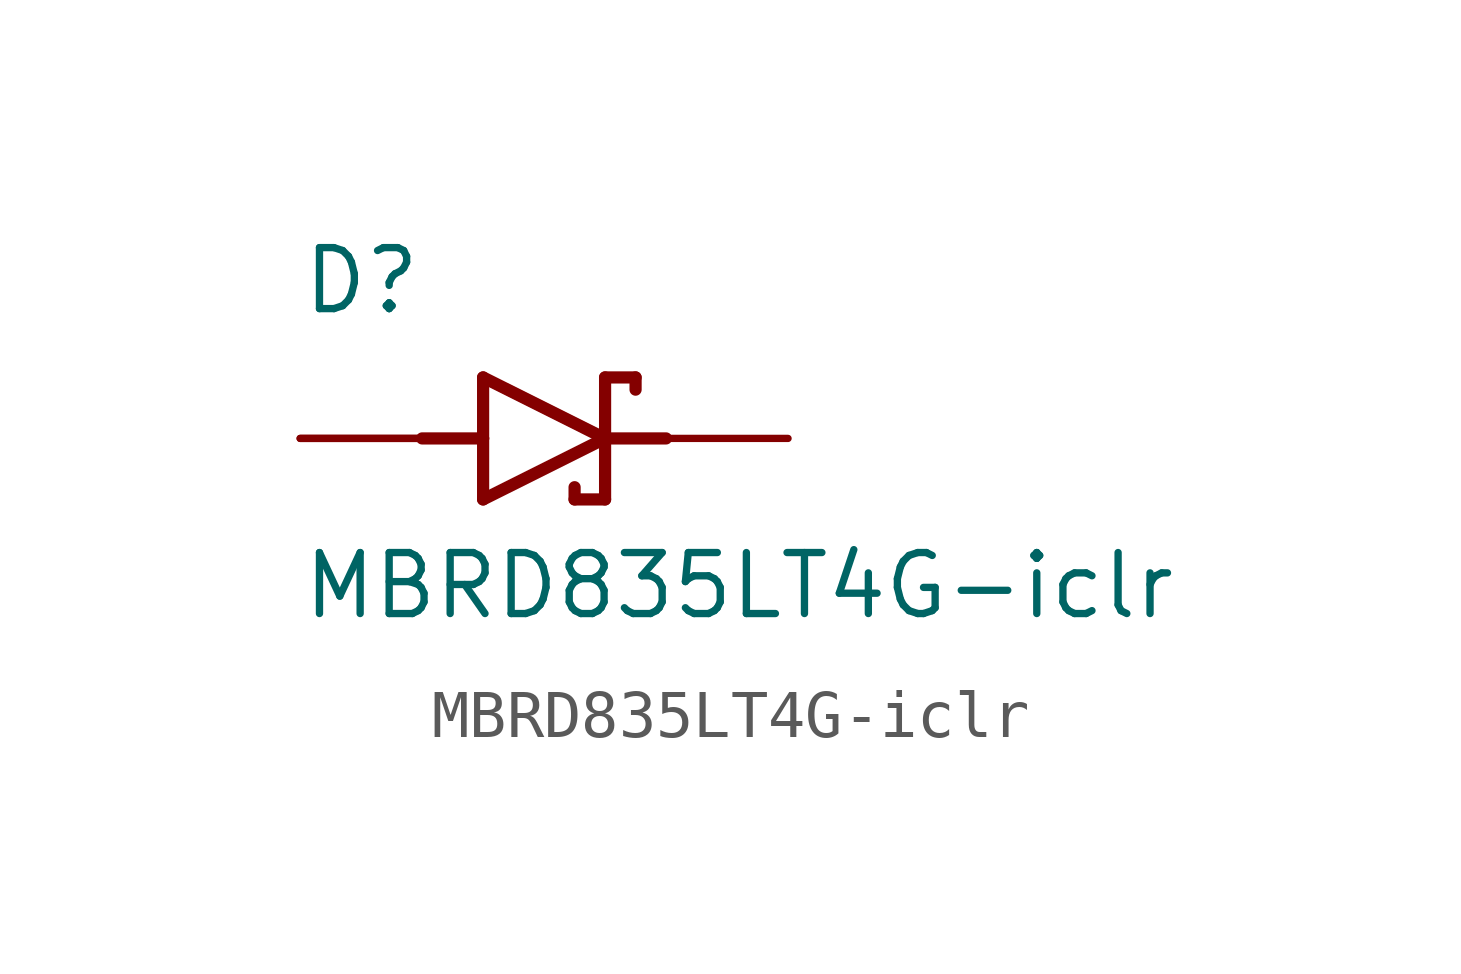
<source format=kicad_sym>
(kicad_symbol_lib
  (version 20211014)
  (generator kicad_symbol_editor)
  (symbol "MBRD835LT4G-iclr"
    (pin_numbers hide)
    (pin_names
      (offset 1.016) hide)
    (property "Reference" "D"
      (at -5.08 2.54 0)
      (effects (font (size 1.27 1.27)) (justify left bottom)))
    (property "Value" "MBRD835LT4G-iclr"
      (at -5.08 -3.81 0)
      (effects (font (size 1.27 1.27)) (justify left bottom)))
    (property "ki_locked" ""
      (at 0 0 0)
      (effects (font (size 1.27 1.27))))
    (symbol "MBRD835LT4G-iclr_0_0"
      (polyline (pts (xy -2.54 0) (xy -1.27 0)) (stroke (width 0.254) (type default) (color 0 0 0 0)) (fill (type none)))
      (polyline (pts (xy -1.27 -1.27) (xy 1.27 0)) (stroke (width 0.254) (type default) (color 0 0 0 0)) (fill (type none)))
      (polyline (pts (xy -1.27 0) (xy -1.27 -1.27)) (stroke (width 0.254) (type default) (color 0 0 0 0)) (fill (type none)))
      (polyline (pts (xy -1.27 1.27) (xy -1.27 0)) (stroke (width 0.254) (type default) (color 0 0 0 0)) (fill (type none)))
      (polyline (pts (xy 0.635 -1.016) (xy 0.635 -1.27)) (stroke (width 0.254) (type default) (color 0 0 0 0)) (fill (type none)))
      (polyline (pts (xy 1.27 -1.27) (xy 0.635 -1.27)) (stroke (width 0.254) (type default) (color 0 0 0 0)) (fill (type none)))
      (polyline (pts (xy 1.27 0) (xy -1.27 1.27)) (stroke (width 0.254) (type default) (color 0 0 0 0)) (fill (type none)))
      (polyline (pts (xy 1.27 0) (xy 1.27 -1.27)) (stroke (width 0.254) (type default) (color 0 0 0 0)) (fill (type none)))
      (polyline (pts (xy 1.27 1.27) (xy 1.27 0)) (stroke (width 0.254) (type default) (color 0 0 0 0)) (fill (type none)))
      (polyline (pts (xy 1.905 1.27) (xy 1.27 1.27)) (stroke (width 0.254) (type default) (color 0 0 0 0)) (fill (type none)))
      (polyline (pts (xy 1.905 1.27) (xy 1.905 1.016)) (stroke (width 0.254) (type default) (color 0 0 0 0)) (fill (type none)))
      (polyline (pts (xy 2.54 0) (xy 1.27 0)) (stroke (width 0.254) (type default) (color 0 0 0 0)) (fill (type none)))
      (pin passive line (at -5.08 0 0) (length 2.54) (name "~" (effects (font (size 1.016 1.016)))) (number "1" (effects (font (size 1.016 1.016)))))
      (pin passive line (at -5.08 0 0) (length 2.54) (name "~" (effects (font (size 1.016 1.016)))) (number "3" (effects (font (size 1.016 1.016)))))
      (pin passive line (at 5.08 0 180) (length 2.54) (name "~" (effects (font (size 1.016 1.016)))) (number "4" (effects (font (size 1.016 1.016))))))))
</source>
